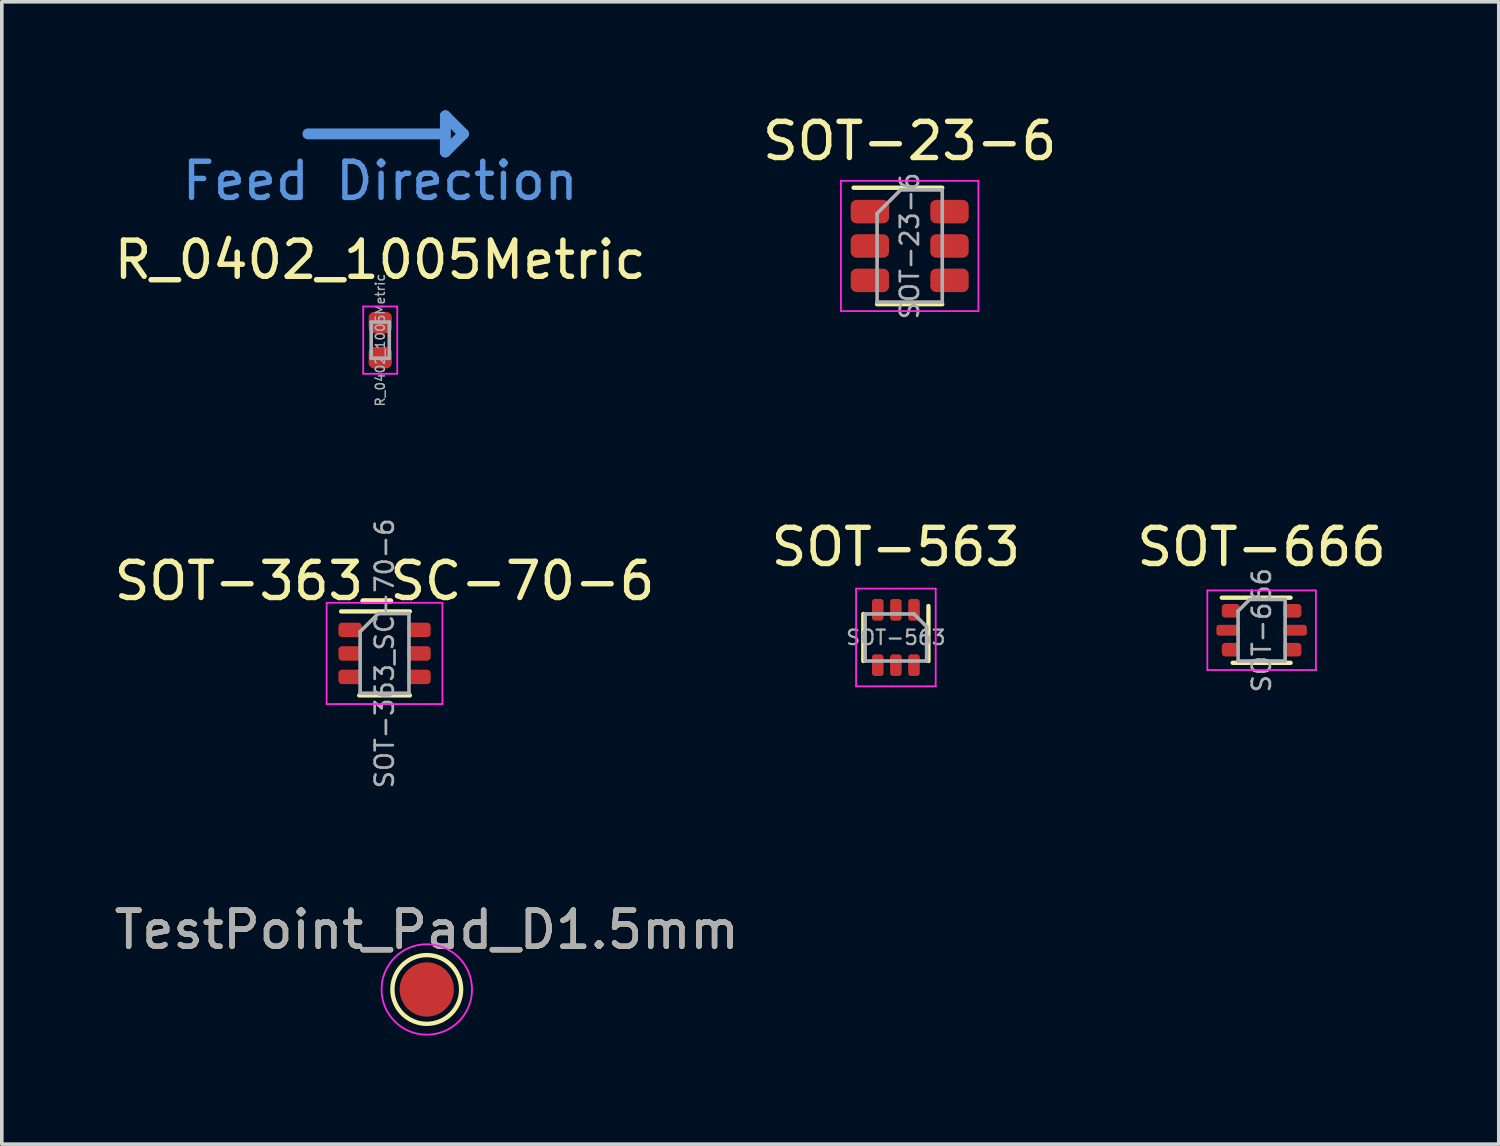
<source format=kicad_pcb>
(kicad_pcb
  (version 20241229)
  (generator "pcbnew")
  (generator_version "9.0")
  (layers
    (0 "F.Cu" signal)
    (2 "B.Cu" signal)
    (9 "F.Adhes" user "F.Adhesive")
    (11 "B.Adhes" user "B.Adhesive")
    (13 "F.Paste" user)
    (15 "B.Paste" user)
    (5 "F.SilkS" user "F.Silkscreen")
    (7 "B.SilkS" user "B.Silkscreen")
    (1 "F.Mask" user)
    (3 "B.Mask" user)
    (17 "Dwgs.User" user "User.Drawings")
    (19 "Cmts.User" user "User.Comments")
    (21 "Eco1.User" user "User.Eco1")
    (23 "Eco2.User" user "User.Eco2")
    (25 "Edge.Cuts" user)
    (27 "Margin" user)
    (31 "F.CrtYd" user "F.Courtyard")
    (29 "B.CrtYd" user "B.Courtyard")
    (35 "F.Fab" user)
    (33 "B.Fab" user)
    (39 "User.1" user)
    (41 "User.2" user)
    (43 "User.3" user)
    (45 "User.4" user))
  (footprint "R_0402_1005Metric"
    (layer "F.Cu")
    (at 7.458 6.35)
    (property "Reference" "R_0402_1005Metric" (at 0 -2.22 0) (layer "F.SilkS") (effects (font (size 1 1) (thickness 0.15))))
    (attr smd)
    (fp_line (start -2 -5.7) (end 1.8 -5.7) (stroke (width 0.3) (type solid)) (layer "Cmts.User"))
    (fp_line (start 1.8 -6.2) (end 1.8 -5.2) (stroke (width 0.3) (type solid)) (layer "Cmts.User"))
    (fp_line (start 2.3 -5.7) (end 1.8 -6.2) (stroke (width 0.3) (type solid)) (layer "Cmts.User"))
    (fp_line (start 2.3 -5.7) (end 1.8 -5.2) (stroke (width 0.3) (type solid)) (layer "Cmts.User"))
    (fp_line (start -0.47 -0.93) (end 0.47 -0.93) (stroke (width 0.05) (type solid)) (layer "F.CrtYd"))
    (fp_line (start -0.47 0.93) (end -0.47 -0.93) (stroke (width 0.05) (type solid)) (layer "F.CrtYd"))
    (fp_line (start 0.47 -0.93) (end 0.47 0.93) (stroke (width 0.05) (type solid)) (layer "F.CrtYd"))
    (fp_line (start 0.47 0.93) (end -0.47 0.93) (stroke (width 0.05) (type solid)) (layer "F.CrtYd"))
    (fp_line (start -0.25 -0.5) (end 0.25 -0.5) (stroke (width 0.1) (type solid)) (layer "F.Fab"))
    (fp_line (start -0.25 0.5) (end -0.25 -0.5) (stroke (width 0.1) (type solid)) (layer "F.Fab"))
    (fp_line (start 0.25 -0.5) (end 0.25 0.5) (stroke (width 0.1) (type solid)) (layer "F.Fab"))
    (fp_line (start 0.25 0.5) (end -0.25 0.5) (stroke (width 0.1) (type solid)) (layer "F.Fab"))
    (fp_text user "Feed Direction" (at 0 -4.4 0) (layer "Cmts.User") (effects (font (size 1 1) (thickness 0.15))))
    (fp_text user "${REFERENCE}" (at 0 0 270) (layer "F.Fab") (effects (font (size 0.25 0.25) (thickness 0.04))))
    (pad "1" smd roundrect (at 0 -0.485 270) (size 0.59 0.64) (layers "F.Cu" "F.Mask" "F.Paste") (roundrect_rratio 0.25))
    (pad "2" smd roundrect (at 0 0.485 270) (size 0.59 0.64) (layers "F.Cu" "F.Mask" "F.Paste") (roundrect_rratio 0.25)))
  (footprint "SOT-23-6"
    (layer "F.Cu")
    (at 22.089 3.748)
    (property "Reference" "SOT-23-6" (at 0 -2.9 0) (layer "F.SilkS") (effects (font (size 1 1) (thickness 0.15))))
    (attr smd)
    (fp_line (start -0.9 1.61) (end 0.9 1.61) (stroke (width 0.12) (type solid)) (layer "F.SilkS"))
    (fp_line (start 0.9 -1.61) (end -1.55 -1.61) (stroke (width 0.12) (type solid)) (layer "F.SilkS"))
    (fp_line (start -1.9 -1.8) (end -1.9 1.8) (stroke (width 0.05) (type solid)) (layer "F.CrtYd"))
    (fp_line (start -1.9 1.8) (end 1.9 1.8) (stroke (width 0.05) (type solid)) (layer "F.CrtYd"))
    (fp_line (start 1.9 -1.8) (end -1.9 -1.8) (stroke (width 0.05) (type solid)) (layer "F.CrtYd"))
    (fp_line (start 1.9 1.8) (end 1.9 -1.8) (stroke (width 0.05) (type solid)) (layer "F.CrtYd"))
    (fp_line (start -0.9 -0.9) (end -0.9 1.55) (stroke (width 0.1) (type solid)) (layer "F.Fab"))
    (fp_line (start -0.9 -0.9) (end -0.25 -1.55) (stroke (width 0.1) (type solid)) (layer "F.Fab"))
    (fp_line (start 0.9 -1.55) (end -0.25 -1.55) (stroke (width 0.1) (type solid)) (layer "F.Fab"))
    (fp_line (start 0.9 -1.55) (end 0.9 1.55) (stroke (width 0.1) (type solid)) (layer "F.Fab"))
    (fp_line (start 0.9 1.55) (end -0.9 1.55) (stroke (width 0.1) (type solid)) (layer "F.Fab"))
    (fp_text user "${REFERENCE}" (at 0 0 90) (layer "F.Fab") (effects (font (size 0.5 0.5) (thickness 0.075))))
    (pad "1" smd roundrect (at -1.1 -0.95) (size 1.06 0.65) (layers "F.Cu" "F.Mask" "F.Paste") (roundrect_rratio 0.25))
    (pad "2" smd roundrect (at -1.1 0) (size 1.06 0.65) (layers "F.Cu" "F.Mask" "F.Paste") (roundrect_rratio 0.25))
    (pad "3" smd roundrect (at -1.1 0.95) (size 1.06 0.65) (layers "F.Cu" "F.Mask" "F.Paste") (roundrect_rratio 0.25))
    (pad "4" smd roundrect (at 1.1 0.95) (size 1.06 0.65) (layers "F.Cu" "F.Mask" "F.Paste") (roundrect_rratio 0.25))
    (pad "5" smd roundrect (at 1.1 0) (size 1.06 0.65) (layers "F.Cu" "F.Mask" "F.Paste") (roundrect_rratio 0.25))
    (pad "6" smd roundrect (at 1.1 -0.95) (size 1.06 0.65) (layers "F.Cu" "F.Mask" "F.Paste") (roundrect_rratio 0.25)))
  (footprint "SOT-563"
    (layer "F.Cu")
    (at 21.708 14.567)
    (property "Reference" "SOT-563" (at 0 -2.5 0) (layer "F.SilkS") (effects (font (size 1 1) (thickness 0.15))))
    (attr smd)
    (fp_line (start -0.9 0.65) (end -0.9 -0.65) (stroke (width 0.12) (type solid)) (layer "F.SilkS"))
    (fp_line (start 0.9 -0.87) (end 0.9 0.65) (stroke (width 0.12) (type solid)) (layer "F.SilkS"))
    (fp_line (start -1.1 1.35) (end -1.1 -1.35) (stroke (width 0.05) (type solid)) (layer "F.CrtYd"))
    (fp_line (start -1.1 1.35) (end 1.1 1.35) (stroke (width 0.05) (type solid)) (layer "F.CrtYd"))
    (fp_line (start 1.1 -1.35) (end -1.1 -1.35) (stroke (width 0.05) (type solid)) (layer "F.CrtYd"))
    (fp_line (start 1.1 -1.35) (end 1.1 1.35) (stroke (width 0.05) (type solid)) (layer "F.CrtYd"))
    (fp_line (start -0.85 -0.65) (end -0.85 0.65) (stroke (width 0.1) (type solid)) (layer "F.Fab"))
    (fp_line (start -0.85 0.65) (end 0.85 0.65) (stroke (width 0.1) (type solid)) (layer "F.Fab"))
    (fp_line (start 0.5 -0.65) (end -0.85 -0.65) (stroke (width 0.1) (type solid)) (layer "F.Fab"))
    (fp_line (start 0.5 -0.65) (end 0.85 -0.3) (stroke (width 0.1) (type solid)) (layer "F.Fab"))
    (fp_line (start 0.85 0.65) (end 0.85 -0.3) (stroke (width 0.1) (type solid)) (layer "F.Fab"))
    (fp_text user "${REFERENCE}" (at 0 0 0) (layer "F.Fab") (effects (font (size 0.4 0.4) (thickness 0.062))))
    (pad "1" smd roundrect (at 0.5 -0.765 270) (size 0.6 0.32) (layers "F.Cu" "F.Mask" "F.Paste") (roundrect_rratio 0.25))
    (pad "2" smd roundrect (at 0 -0.765 270) (size 0.6 0.32) (layers "F.Cu" "F.Mask" "F.Paste") (roundrect_rratio 0.25))
    (pad "3" smd roundrect (at -0.5 -0.765 270) (size 0.6 0.32) (layers "F.Cu" "F.Mask" "F.Paste") (roundrect_rratio 0.25))
    (pad "4" smd roundrect (at -0.5 0.765 270) (size 0.6 0.32) (layers "F.Cu" "F.Mask" "F.Paste") (roundrect_rratio 0.25))
    (pad "5" smd roundrect (at 0 0.765 270) (size 0.6 0.32) (layers "F.Cu" "F.Mask" "F.Paste") (roundrect_rratio 0.25))
    (pad "6" smd roundrect (at 0.5 0.765 270) (size 0.6 0.32) (layers "F.Cu" "F.Mask" "F.Paste") (roundrect_rratio 0.25)))
  (footprint "SOT-666"
    (layer "F.Cu")
    (at 31.815 14.367)
    (property "Reference" "SOT-666" (at 0 -2.3 0) (layer "F.SilkS") (effects (font (size 1 1) (thickness 0.15))))
    (attr smd)
    (fp_line (start -0.8 0.9) (end 0.8 0.9) (stroke (width 0.12) (type solid)) (layer "F.SilkS"))
    (fp_line (start 0.8 -0.9) (end -1.1 -0.9) (stroke (width 0.12) (type solid)) (layer "F.SilkS"))
    (fp_line (start -1.5 -1.1) (end -1.5 1.1) (stroke (width 0.05) (type solid)) (layer "F.CrtYd"))
    (fp_line (start -1.5 -1.1) (end 1.5 -1.1) (stroke (width 0.05) (type solid)) (layer "F.CrtYd"))
    (fp_line (start -1.5 1.1) (end 1.5 1.1) (stroke (width 0.05) (type solid)) (layer "F.CrtYd"))
    (fp_line (start 1.5 1.1) (end 1.5 -1.1) (stroke (width 0.05) (type solid)) (layer "F.CrtYd"))
    (fp_line (start -0.65 -0.53) (end -0.65 0.85) (stroke (width 0.1) (type solid)) (layer "F.Fab"))
    (fp_line (start -0.65 -0.53) (end -0.33 -0.85) (stroke (width 0.1) (type solid)) (layer "F.Fab"))
    (fp_line (start 0.65 -0.85) (end -0.33 -0.85) (stroke (width 0.1) (type solid)) (layer "F.Fab"))
    (fp_line (start 0.65 -0.85) (end 0.65 0.85) (stroke (width 0.1) (type solid)) (layer "F.Fab"))
    (fp_line (start 0.65 0.85) (end -0.65 0.85) (stroke (width 0.1) (type solid)) (layer "F.Fab"))
    (fp_text user "${REFERENCE}" (at 0 0 90) (layer "F.Fab") (effects (font (size 0.5 0.5) (thickness 0.075))))
    (pad "1" smd roundrect (at -0.85 -0.537) (size 0.5 0.375) (layers "F.Cu" "F.Mask" "F.Paste") (roundrect_rratio 0.25))
    (pad "2" smd roundrect (at -0.925 0) (size 0.65 0.3) (layers "F.Cu" "F.Mask" "F.Paste") (roundrect_rratio 0.25))
    (pad "3" smd roundrect (at -0.85 0.537) (size 0.5 0.375) (layers "F.Cu" "F.Mask" "F.Paste") (roundrect_rratio 0.25))
    (pad "4" smd roundrect (at 0.85 0.537) (size 0.5 0.375) (layers "F.Cu" "F.Mask" "F.Paste") (roundrect_rratio 0.25))
    (pad "5" smd roundrect (at 0.925 0) (size 0.65 0.3) (layers "F.Cu" "F.Mask" "F.Paste") (roundrect_rratio 0.25))
    (pad "6" smd roundrect (at 0.85 -0.537) (size 0.5 0.375) (layers "F.Cu" "F.Mask" "F.Paste") (roundrect_rratio 0.25)))
  (footprint "SOT-363_SC-70-6"
    (layer "F.Cu")
    (at 7.577 15.007)
    (property "Reference" "SOT-363_SC-70-6" (at 0 -2 0) (layer "F.SilkS") (effects (font (size 1 1) (thickness 0.15))))
    (attr smd)
    (fp_line (start -0.7 1.16) (end 0.7 1.16) (stroke (width 0.12) (type solid)) (layer "F.SilkS"))
    (fp_line (start 0.7 -1.16) (end -1.2 -1.16) (stroke (width 0.12) (type solid)) (layer "F.SilkS"))
    (fp_line (start -1.6 -1.4) (end -1.6 1.4) (stroke (width 0.05) (type solid)) (layer "F.CrtYd"))
    (fp_line (start -1.6 -1.4) (end 1.6 -1.4) (stroke (width 0.05) (type solid)) (layer "F.CrtYd"))
    (fp_line (start -1.6 1.4) (end 1.6 1.4) (stroke (width 0.05) (type solid)) (layer "F.CrtYd"))
    (fp_line (start 1.6 1.4) (end 1.6 -1.4) (stroke (width 0.05) (type solid)) (layer "F.CrtYd"))
    (fp_line (start -0.675 -0.6) (end -0.675 1.1) (stroke (width 0.1) (type solid)) (layer "F.Fab"))
    (fp_line (start -0.175 -1.1) (end -0.675 -0.6) (stroke (width 0.1) (type solid)) (layer "F.Fab"))
    (fp_line (start 0.675 -1.1) (end -0.175 -1.1) (stroke (width 0.1) (type solid)) (layer "F.Fab"))
    (fp_line (start 0.675 -1.1) (end 0.675 1.1) (stroke (width 0.1) (type solid)) (layer "F.Fab"))
    (fp_line (start 0.675 1.1) (end -0.675 1.1) (stroke (width 0.1) (type solid)) (layer "F.Fab"))
    (fp_text user "${REFERENCE}" (at 0 0 90) (layer "F.Fab") (effects (font (size 0.5 0.5) (thickness 0.075))))
    (pad "1" smd roundrect (at -0.95 -0.65) (size 0.65 0.4) (layers "F.Cu" "F.Mask" "F.Paste") (roundrect_rratio 0.25))
    (pad "2" smd roundrect (at -0.95 0) (size 0.65 0.4) (layers "F.Cu" "F.Mask" "F.Paste") (roundrect_rratio 0.25))
    (pad "3" smd roundrect (at -0.95 0.65) (size 0.65 0.4) (layers "F.Cu" "F.Mask" "F.Paste") (roundrect_rratio 0.25))
    (pad "4" smd roundrect (at 0.95 0.65) (size 0.65 0.4) (layers "F.Cu" "F.Mask" "F.Paste") (roundrect_rratio 0.25))
    (pad "5" smd roundrect (at 0.95 0) (size 0.65 0.4) (layers "F.Cu" "F.Mask" "F.Paste") (roundrect_rratio 0.25))
    (pad "6" smd roundrect (at 0.95 -0.65) (size 0.65 0.4) (layers "F.Cu" "F.Mask" "F.Paste") (roundrect_rratio 0.25)))
  (footprint "TestPoint_Pad_D1.5mm"
    (layer "F.Cu")
    (at 8.744 24.294)
    (property "Reference" "TestPoint_Pad_D1.5mm" (at 0 -1.648 0) (layer "F.SilkS") (effects (font (size 1 1) (thickness 0.15))))
    (attr exclude_from_pos_files exclude_from_bom)
    (fp_circle (center 0 0) (end 0 0.95) (stroke (width 0.12) (type solid)) (fill no) (layer "F.SilkS"))
    (fp_circle (center 0 0) (end 1.25 0) (stroke (width 0.05) (type solid)) (fill no) (layer "F.CrtYd"))
    (fp_text user "${REFERENCE}" (at 0 -1.65 0) (layer "F.Fab") (effects (font (size 1 1) (thickness 0.15))))
    (pad "1" smd circle (at 0 0) (size 1.5 1.5) (layers "F.Cu" "F.Mask")))
  (gr_rect
    (start -3 -3)
    (end 38.369 28.569)
    (stroke (width 0.1) (type default))
    (fill no)
    (layer "Edge.Cuts")))
</source>
